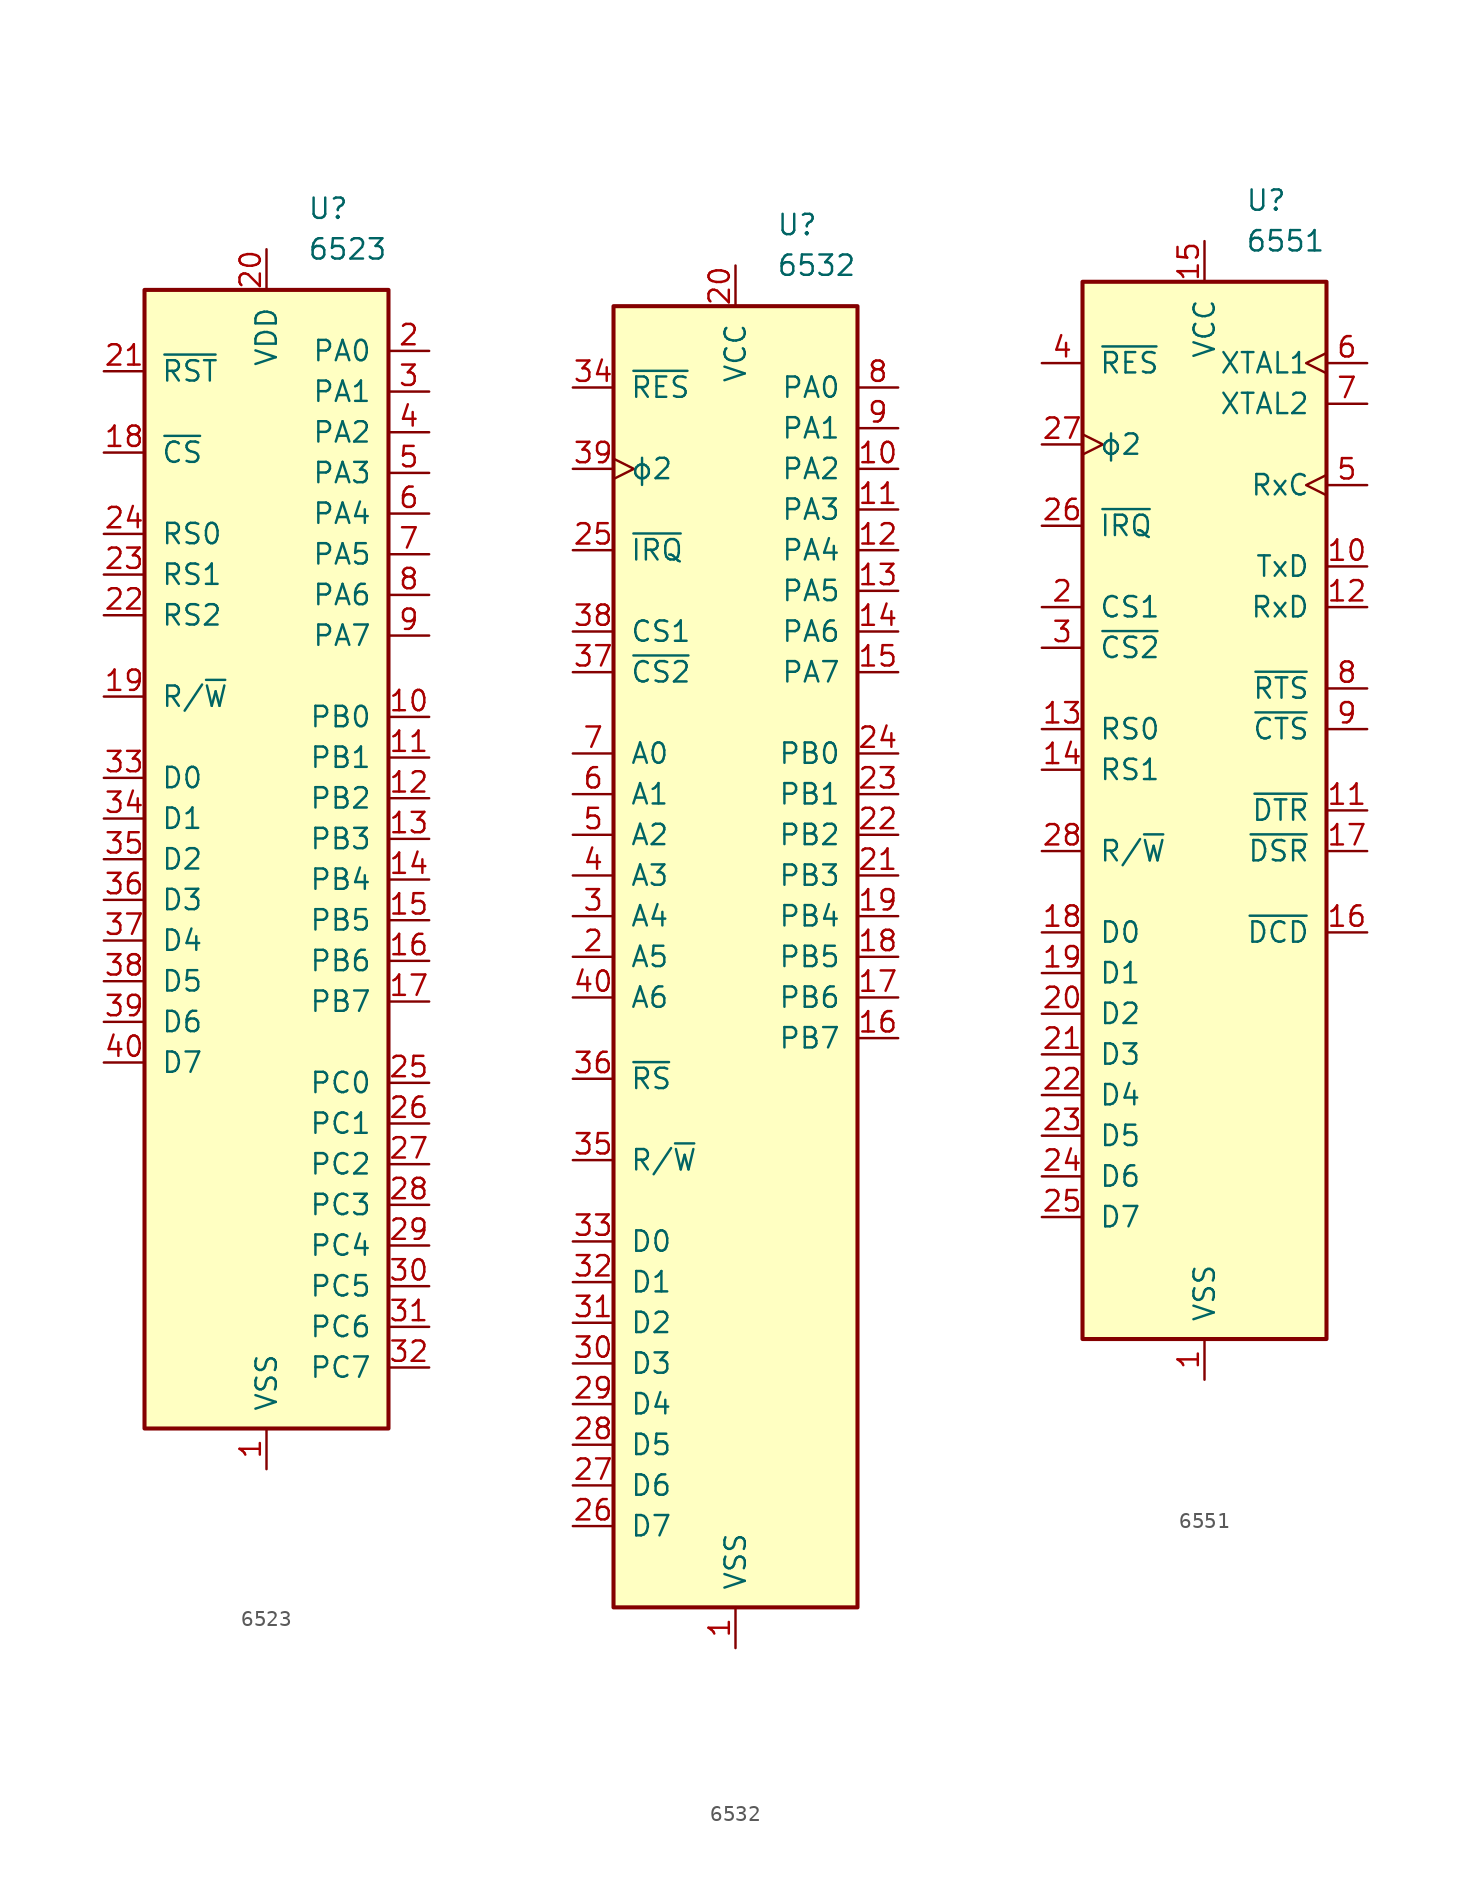
<source format=kicad_sym>
(kicad_symbol_lib
  (version 20211014)
  (generator kicad_symbol_editor)
  (symbol "6523"
    (pin_names
      (offset 1.016))
    (property "Reference" "U"
      (at 2.54 40.64 0)
      (effects (font (size 1.27 1.27)) (justify left)))
    (property "Value" "6523"
      (at 2.54 38.1 0)
      (effects (font (size 1.27 1.27)) (justify left)))
    (symbol "6523_0_1"
      (rectangle (start -7.62 35.56) (end 7.62 -35.56) (stroke (width 0.254) (type default) (color 0 0 0 0)) (fill (type background))))
    (symbol "6523_1_1"
      (pin power_in line (at 0 -38.1 90) (length 2.54) (name "VSS" (effects (font (size 1.27 1.27)))) (number "1" (effects (font (size 1.27 1.27)))))
      (pin bidirectional line (at 10.16 8.89 180) (length 2.54) (name "PB0" (effects (font (size 1.27 1.27)))) (number "10" (effects (font (size 1.27 1.27)))))
      (pin bidirectional line (at 10.16 6.35 180) (length 2.54) (name "PB1" (effects (font (size 1.27 1.27)))) (number "11" (effects (font (size 1.27 1.27)))))
      (pin bidirectional line (at 10.16 3.81 180) (length 2.54) (name "PB2" (effects (font (size 1.27 1.27)))) (number "12" (effects (font (size 1.27 1.27)))))
      (pin bidirectional line (at 10.16 1.27 180) (length 2.54) (name "PB3" (effects (font (size 1.27 1.27)))) (number "13" (effects (font (size 1.27 1.27)))))
      (pin bidirectional line (at 10.16 -1.27 180) (length 2.54) (name "PB4" (effects (font (size 1.27 1.27)))) (number "14" (effects (font (size 1.27 1.27)))))
      (pin bidirectional line (at 10.16 -3.81 180) (length 2.54) (name "PB5" (effects (font (size 1.27 1.27)))) (number "15" (effects (font (size 1.27 1.27)))))
      (pin bidirectional line (at 10.16 -6.35 180) (length 2.54) (name "PB6" (effects (font (size 1.27 1.27)))) (number "16" (effects (font (size 1.27 1.27)))))
      (pin bidirectional line (at 10.16 -8.89 180) (length 2.54) (name "PB7" (effects (font (size 1.27 1.27)))) (number "17" (effects (font (size 1.27 1.27)))))
      (pin input line (at -10.16 25.4 0) (length 2.54) (name "~{CS}" (effects (font (size 1.27 1.27)))) (number "18" (effects (font (size 1.27 1.27)))))
      (pin input line (at -10.16 10.16 0) (length 2.54) (name "R/~{W}" (effects (font (size 1.27 1.27)))) (number "19" (effects (font (size 1.27 1.27)))))
      (pin bidirectional line (at 10.16 31.75 180) (length 2.54) (name "PA0" (effects (font (size 1.27 1.27)))) (number "2" (effects (font (size 1.27 1.27)))))
      (pin power_in line (at 0 38.1 270) (length 2.54) (name "VDD" (effects (font (size 1.27 1.27)))) (number "20" (effects (font (size 1.27 1.27)))))
      (pin input line (at -10.16 30.48 0) (length 2.54) (name "~{RST}" (effects (font (size 1.27 1.27)))) (number "21" (effects (font (size 1.27 1.27)))))
      (pin input line (at -10.16 15.24 0) (length 2.54) (name "RS2" (effects (font (size 1.27 1.27)))) (number "22" (effects (font (size 1.27 1.27)))))
      (pin input line (at -10.16 17.78 0) (length 2.54) (name "RS1" (effects (font (size 1.27 1.27)))) (number "23" (effects (font (size 1.27 1.27)))))
      (pin input line (at -10.16 20.32 0) (length 2.54) (name "RS0" (effects (font (size 1.27 1.27)))) (number "24" (effects (font (size 1.27 1.27)))))
      (pin bidirectional line (at 10.16 -13.97 180) (length 2.54) (name "PC0" (effects (font (size 1.27 1.27)))) (number "25" (effects (font (size 1.27 1.27)))))
      (pin bidirectional line (at 10.16 -16.51 180) (length 2.54) (name "PC1" (effects (font (size 1.27 1.27)))) (number "26" (effects (font (size 1.27 1.27)))))
      (pin bidirectional line (at 10.16 -19.05 180) (length 2.54) (name "PC2" (effects (font (size 1.27 1.27)))) (number "27" (effects (font (size 1.27 1.27)))))
      (pin bidirectional line (at 10.16 -21.59 180) (length 2.54) (name "PC3" (effects (font (size 1.27 1.27)))) (number "28" (effects (font (size 1.27 1.27)))))
      (pin bidirectional line (at 10.16 -24.13 180) (length 2.54) (name "PC4" (effects (font (size 1.27 1.27)))) (number "29" (effects (font (size 1.27 1.27)))))
      (pin bidirectional line (at 10.16 29.21 180) (length 2.54) (name "PA1" (effects (font (size 1.27 1.27)))) (number "3" (effects (font (size 1.27 1.27)))))
      (pin bidirectional line (at 10.16 -26.67 180) (length 2.54) (name "PC5" (effects (font (size 1.27 1.27)))) (number "30" (effects (font (size 1.27 1.27)))))
      (pin bidirectional line (at 10.16 -29.21 180) (length 2.54) (name "PC6" (effects (font (size 1.27 1.27)))) (number "31" (effects (font (size 1.27 1.27)))))
      (pin bidirectional line (at 10.16 -31.75 180) (length 2.54) (name "PC7" (effects (font (size 1.27 1.27)))) (number "32" (effects (font (size 1.27 1.27)))))
      (pin bidirectional line (at -10.16 5.08 0) (length 2.54) (name "D0" (effects (font (size 1.27 1.27)))) (number "33" (effects (font (size 1.27 1.27)))))
      (pin bidirectional line (at -10.16 2.54 0) (length 2.54) (name "D1" (effects (font (size 1.27 1.27)))) (number "34" (effects (font (size 1.27 1.27)))))
      (pin bidirectional line (at -10.16 0 0) (length 2.54) (name "D2" (effects (font (size 1.27 1.27)))) (number "35" (effects (font (size 1.27 1.27)))))
      (pin bidirectional line (at -10.16 -2.54 0) (length 2.54) (name "D3" (effects (font (size 1.27 1.27)))) (number "36" (effects (font (size 1.27 1.27)))))
      (pin bidirectional line (at -10.16 -5.08 0) (length 2.54) (name "D4" (effects (font (size 1.27 1.27)))) (number "37" (effects (font (size 1.27 1.27)))))
      (pin bidirectional line (at -10.16 -7.62 0) (length 2.54) (name "D5" (effects (font (size 1.27 1.27)))) (number "38" (effects (font (size 1.27 1.27)))))
      (pin bidirectional line (at -10.16 -10.16 0) (length 2.54) (name "D6" (effects (font (size 1.27 1.27)))) (number "39" (effects (font (size 1.27 1.27)))))
      (pin bidirectional line (at 10.16 26.67 180) (length 2.54) (name "PA2" (effects (font (size 1.27 1.27)))) (number "4" (effects (font (size 1.27 1.27)))))
      (pin bidirectional line (at -10.16 -12.7 0) (length 2.54) (name "D7" (effects (font (size 1.27 1.27)))) (number "40" (effects (font (size 1.27 1.27)))))
      (pin bidirectional line (at 10.16 24.13 180) (length 2.54) (name "PA3" (effects (font (size 1.27 1.27)))) (number "5" (effects (font (size 1.27 1.27)))))
      (pin bidirectional line (at 10.16 21.59 180) (length 2.54) (name "PA4" (effects (font (size 1.27 1.27)))) (number "6" (effects (font (size 1.27 1.27)))))
      (pin bidirectional line (at 10.16 19.05 180) (length 2.54) (name "PA5" (effects (font (size 1.27 1.27)))) (number "7" (effects (font (size 1.27 1.27)))))
      (pin bidirectional line (at 10.16 16.51 180) (length 2.54) (name "PA6" (effects (font (size 1.27 1.27)))) (number "8" (effects (font (size 1.27 1.27)))))
      (pin bidirectional line (at 10.16 13.97 180) (length 2.54) (name "PA7" (effects (font (size 1.27 1.27)))) (number "9" (effects (font (size 1.27 1.27)))))))
  (symbol "6532"
    (pin_names
      (offset 1.016))
    (property "Reference" "U"
      (at 2.54 45.72 0)
      (effects (font (size 1.27 1.27)) (justify left)))
    (property "Value" "6532"
      (at 2.54 43.18 0)
      (effects (font (size 1.27 1.27)) (justify left)))
    (symbol "6532_1_1"
      (rectangle (start -7.62 40.64) (end 7.62 -40.64) (stroke (width 0.254) (type default) (color 0 0 0 0)) (fill (type background)))
      (pin power_in line (at 0 -43.18 90) (length 2.54) (name "VSS" (effects (font (size 1.27 1.27)))) (number "1" (effects (font (size 1.27 1.27)))))
      (pin bidirectional line (at 10.16 30.48 180) (length 2.54) (name "PA2" (effects (font (size 1.27 1.27)))) (number "10" (effects (font (size 1.27 1.27)))))
      (pin bidirectional line (at 10.16 27.94 180) (length 2.54) (name "PA3" (effects (font (size 1.27 1.27)))) (number "11" (effects (font (size 1.27 1.27)))))
      (pin bidirectional line (at 10.16 25.4 180) (length 2.54) (name "PA4" (effects (font (size 1.27 1.27)))) (number "12" (effects (font (size 1.27 1.27)))))
      (pin bidirectional line (at 10.16 22.86 180) (length 2.54) (name "PA5" (effects (font (size 1.27 1.27)))) (number "13" (effects (font (size 1.27 1.27)))))
      (pin bidirectional line (at 10.16 20.32 180) (length 2.54) (name "PA6" (effects (font (size 1.27 1.27)))) (number "14" (effects (font (size 1.27 1.27)))))
      (pin bidirectional line (at 10.16 17.78 180) (length 2.54) (name "PA7" (effects (font (size 1.27 1.27)))) (number "15" (effects (font (size 1.27 1.27)))))
      (pin bidirectional line (at 10.16 -5.08 180) (length 2.54) (name "PB7" (effects (font (size 1.27 1.27)))) (number "16" (effects (font (size 1.27 1.27)))))
      (pin bidirectional line (at 10.16 -2.54 180) (length 2.54) (name "PB6" (effects (font (size 1.27 1.27)))) (number "17" (effects (font (size 1.27 1.27)))))
      (pin bidirectional line (at 10.16 0 180) (length 2.54) (name "PB5" (effects (font (size 1.27 1.27)))) (number "18" (effects (font (size 1.27 1.27)))))
      (pin bidirectional line (at 10.16 2.54 180) (length 2.54) (name "PB4" (effects (font (size 1.27 1.27)))) (number "19" (effects (font (size 1.27 1.27)))))
      (pin input line (at -10.16 0 0) (length 2.54) (name "A5" (effects (font (size 1.27 1.27)))) (number "2" (effects (font (size 1.27 1.27)))))
      (pin power_in line (at 0 43.18 270) (length 2.54) (name "VCC" (effects (font (size 1.27 1.27)))) (number "20" (effects (font (size 1.27 1.27)))))
      (pin bidirectional line (at 10.16 5.08 180) (length 2.54) (name "PB3" (effects (font (size 1.27 1.27)))) (number "21" (effects (font (size 1.27 1.27)))))
      (pin bidirectional line (at 10.16 7.62 180) (length 2.54) (name "PB2" (effects (font (size 1.27 1.27)))) (number "22" (effects (font (size 1.27 1.27)))))
      (pin bidirectional line (at 10.16 10.16 180) (length 2.54) (name "PB1" (effects (font (size 1.27 1.27)))) (number "23" (effects (font (size 1.27 1.27)))))
      (pin bidirectional line (at 10.16 12.7 180) (length 2.54) (name "PB0" (effects (font (size 1.27 1.27)))) (number "24" (effects (font (size 1.27 1.27)))))
      (pin open_collector line (at -10.16 25.4 0) (length 2.54) (name "~{IRQ}" (effects (font (size 1.27 1.27)))) (number "25" (effects (font (size 1.27 1.27)))))
      (pin bidirectional line (at -10.16 -35.56 0) (length 2.54) (name "D7" (effects (font (size 1.27 1.27)))) (number "26" (effects (font (size 1.27 1.27)))))
      (pin bidirectional line (at -10.16 -33.02 0) (length 2.54) (name "D6" (effects (font (size 1.27 1.27)))) (number "27" (effects (font (size 1.27 1.27)))))
      (pin bidirectional line (at -10.16 -30.48 0) (length 2.54) (name "D5" (effects (font (size 1.27 1.27)))) (number "28" (effects (font (size 1.27 1.27)))))
      (pin bidirectional line (at -10.16 -27.94 0) (length 2.54) (name "D4" (effects (font (size 1.27 1.27)))) (number "29" (effects (font (size 1.27 1.27)))))
      (pin input line (at -10.16 2.54 0) (length 2.54) (name "A4" (effects (font (size 1.27 1.27)))) (number "3" (effects (font (size 1.27 1.27)))))
      (pin bidirectional line (at -10.16 -25.4 0) (length 2.54) (name "D3" (effects (font (size 1.27 1.27)))) (number "30" (effects (font (size 1.27 1.27)))))
      (pin bidirectional line (at -10.16 -22.86 0) (length 2.54) (name "D2" (effects (font (size 1.27 1.27)))) (number "31" (effects (font (size 1.27 1.27)))))
      (pin bidirectional line (at -10.16 -20.32 0) (length 2.54) (name "D1" (effects (font (size 1.27 1.27)))) (number "32" (effects (font (size 1.27 1.27)))))
      (pin bidirectional line (at -10.16 -17.78 0) (length 2.54) (name "D0" (effects (font (size 1.27 1.27)))) (number "33" (effects (font (size 1.27 1.27)))))
      (pin input line (at -10.16 35.56 0) (length 2.54) (name "~{RES}" (effects (font (size 1.27 1.27)))) (number "34" (effects (font (size 1.27 1.27)))))
      (pin input line (at -10.16 -12.7 0) (length 2.54) (name "R/~{W}" (effects (font (size 1.27 1.27)))) (number "35" (effects (font (size 1.27 1.27)))))
      (pin input line (at -10.16 -7.62 0) (length 2.54) (name "~{RS}" (effects (font (size 1.27 1.27)))) (number "36" (effects (font (size 1.27 1.27)))))
      (pin input line (at -10.16 17.78 0) (length 2.54) (name "~{CS2}" (effects (font (size 1.27 1.27)))) (number "37" (effects (font (size 1.27 1.27)))))
      (pin input line (at -10.16 20.32 0) (length 2.54) (name "CS1" (effects (font (size 1.27 1.27)))) (number "38" (effects (font (size 1.27 1.27)))))
      (pin input clock (at -10.16 30.48 0) (length 2.54) (name "ϕ2" (effects (font (size 1.27 1.27)))) (number "39" (effects (font (size 1.27 1.27)))))
      (pin input line (at -10.16 5.08 0) (length 2.54) (name "A3" (effects (font (size 1.27 1.27)))) (number "4" (effects (font (size 1.27 1.27)))))
      (pin input line (at -10.16 -2.54 0) (length 2.54) (name "A6" (effects (font (size 1.27 1.27)))) (number "40" (effects (font (size 1.27 1.27)))))
      (pin input line (at -10.16 7.62 0) (length 2.54) (name "A2" (effects (font (size 1.27 1.27)))) (number "5" (effects (font (size 1.27 1.27)))))
      (pin input line (at -10.16 10.16 0) (length 2.54) (name "A1" (effects (font (size 1.27 1.27)))) (number "6" (effects (font (size 1.27 1.27)))))
      (pin input line (at -10.16 12.7 0) (length 2.54) (name "A0" (effects (font (size 1.27 1.27)))) (number "7" (effects (font (size 1.27 1.27)))))
      (pin bidirectional line (at 10.16 35.56 180) (length 2.54) (name "PA0" (effects (font (size 1.27 1.27)))) (number "8" (effects (font (size 1.27 1.27)))))
      (pin bidirectional line (at 10.16 33.02 180) (length 2.54) (name "PA1" (effects (font (size 1.27 1.27)))) (number "9" (effects (font (size 1.27 1.27)))))))
  (symbol "6551"
    (pin_names
      (offset 1.016))
    (property "Reference" "U"
      (at 2.54 38.1 0)
      (effects (font (size 1.27 1.27)) (justify left)))
    (property "Value" "6551"
      (at 2.54 35.56 0)
      (effects (font (size 1.27 1.27)) (justify left)))
    (symbol "6551_0_1"
      (rectangle (start -7.62 33.02) (end 7.62 -33.02) (stroke (width 0.254) (type default) (color 0 0 0 0)) (fill (type background))))
    (symbol "6551_1_1"
      (pin power_in line (at 0 -35.56 90) (length 2.54) (name "VSS" (effects (font (size 1.27 1.27)))) (number "1" (effects (font (size 1.27 1.27)))))
      (pin output line (at 10.16 15.24 180) (length 2.54) (name "TxD" (effects (font (size 1.27 1.27)))) (number "10" (effects (font (size 1.27 1.27)))))
      (pin output line (at 10.16 0 180) (length 2.54) (name "~{DTR}" (effects (font (size 1.27 1.27)))) (number "11" (effects (font (size 1.27 1.27)))))
      (pin input line (at 10.16 12.7 180) (length 2.54) (name "RxD" (effects (font (size 1.27 1.27)))) (number "12" (effects (font (size 1.27 1.27)))))
      (pin input line (at -10.16 5.08 0) (length 2.54) (name "RS0" (effects (font (size 1.27 1.27)))) (number "13" (effects (font (size 1.27 1.27)))))
      (pin input line (at -10.16 2.54 0) (length 2.54) (name "RS1" (effects (font (size 1.27 1.27)))) (number "14" (effects (font (size 1.27 1.27)))))
      (pin power_in line (at 0 35.56 270) (length 2.54) (name "VCC" (effects (font (size 1.27 1.27)))) (number "15" (effects (font (size 1.27 1.27)))))
      (pin input line (at 10.16 -7.62 180) (length 2.54) (name "~{DCD}" (effects (font (size 1.27 1.27)))) (number "16" (effects (font (size 1.27 1.27)))))
      (pin input line (at 10.16 -2.54 180) (length 2.54) (name "~{DSR}" (effects (font (size 1.27 1.27)))) (number "17" (effects (font (size 1.27 1.27)))))
      (pin bidirectional line (at -10.16 -7.62 0) (length 2.54) (name "D0" (effects (font (size 1.27 1.27)))) (number "18" (effects (font (size 1.27 1.27)))))
      (pin bidirectional line (at -10.16 -10.16 0) (length 2.54) (name "D1" (effects (font (size 1.27 1.27)))) (number "19" (effects (font (size 1.27 1.27)))))
      (pin input line (at -10.16 12.7 0) (length 2.54) (name "CS1" (effects (font (size 1.27 1.27)))) (number "2" (effects (font (size 1.27 1.27)))))
      (pin bidirectional line (at -10.16 -12.7 0) (length 2.54) (name "D2" (effects (font (size 1.27 1.27)))) (number "20" (effects (font (size 1.27 1.27)))))
      (pin bidirectional line (at -10.16 -15.24 0) (length 2.54) (name "D3" (effects (font (size 1.27 1.27)))) (number "21" (effects (font (size 1.27 1.27)))))
      (pin bidirectional line (at -10.16 -17.78 0) (length 2.54) (name "D4" (effects (font (size 1.27 1.27)))) (number "22" (effects (font (size 1.27 1.27)))))
      (pin bidirectional line (at -10.16 -20.32 0) (length 2.54) (name "D5" (effects (font (size 1.27 1.27)))) (number "23" (effects (font (size 1.27 1.27)))))
      (pin bidirectional line (at -10.16 -22.86 0) (length 2.54) (name "D6" (effects (font (size 1.27 1.27)))) (number "24" (effects (font (size 1.27 1.27)))))
      (pin bidirectional line (at -10.16 -25.4 0) (length 2.54) (name "D7" (effects (font (size 1.27 1.27)))) (number "25" (effects (font (size 1.27 1.27)))))
      (pin open_collector line (at -10.16 17.78 0) (length 2.54) (name "~{IRQ}" (effects (font (size 1.27 1.27)))) (number "26" (effects (font (size 1.27 1.27)))))
      (pin input clock (at -10.16 22.86 0) (length 2.54) (name "ϕ2" (effects (font (size 1.27 1.27)))) (number "27" (effects (font (size 1.27 1.27)))))
      (pin input line (at -10.16 -2.54 0) (length 2.54) (name "R/~{W}" (effects (font (size 1.27 1.27)))) (number "28" (effects (font (size 1.27 1.27)))))
      (pin input line (at -10.16 10.16 0) (length 2.54) (name "~{CS2}" (effects (font (size 1.27 1.27)))) (number "3" (effects (font (size 1.27 1.27)))))
      (pin input line (at -10.16 27.94 0) (length 2.54) (name "~{RES}" (effects (font (size 1.27 1.27)))) (number "4" (effects (font (size 1.27 1.27)))))
      (pin bidirectional clock (at 10.16 20.32 180) (length 2.54) (name "RxC" (effects (font (size 1.27 1.27)))) (number "5" (effects (font (size 1.27 1.27)))))
      (pin input clock (at 10.16 27.94 180) (length 2.54) (name "XTAL1" (effects (font (size 1.27 1.27)))) (number "6" (effects (font (size 1.27 1.27)))))
      (pin output line (at 10.16 25.4 180) (length 2.54) (name "XTAL2" (effects (font (size 1.27 1.27)))) (number "7" (effects (font (size 1.27 1.27)))))
      (pin output line (at 10.16 7.62 180) (length 2.54) (name "~{RTS}" (effects (font (size 1.27 1.27)))) (number "8" (effects (font (size 1.27 1.27)))))
      (pin input line (at 10.16 5.08 180) (length 2.54) (name "~{CTS}" (effects (font (size 1.27 1.27)))) (number "9" (effects (font (size 1.27 1.27))))))))
</source>
